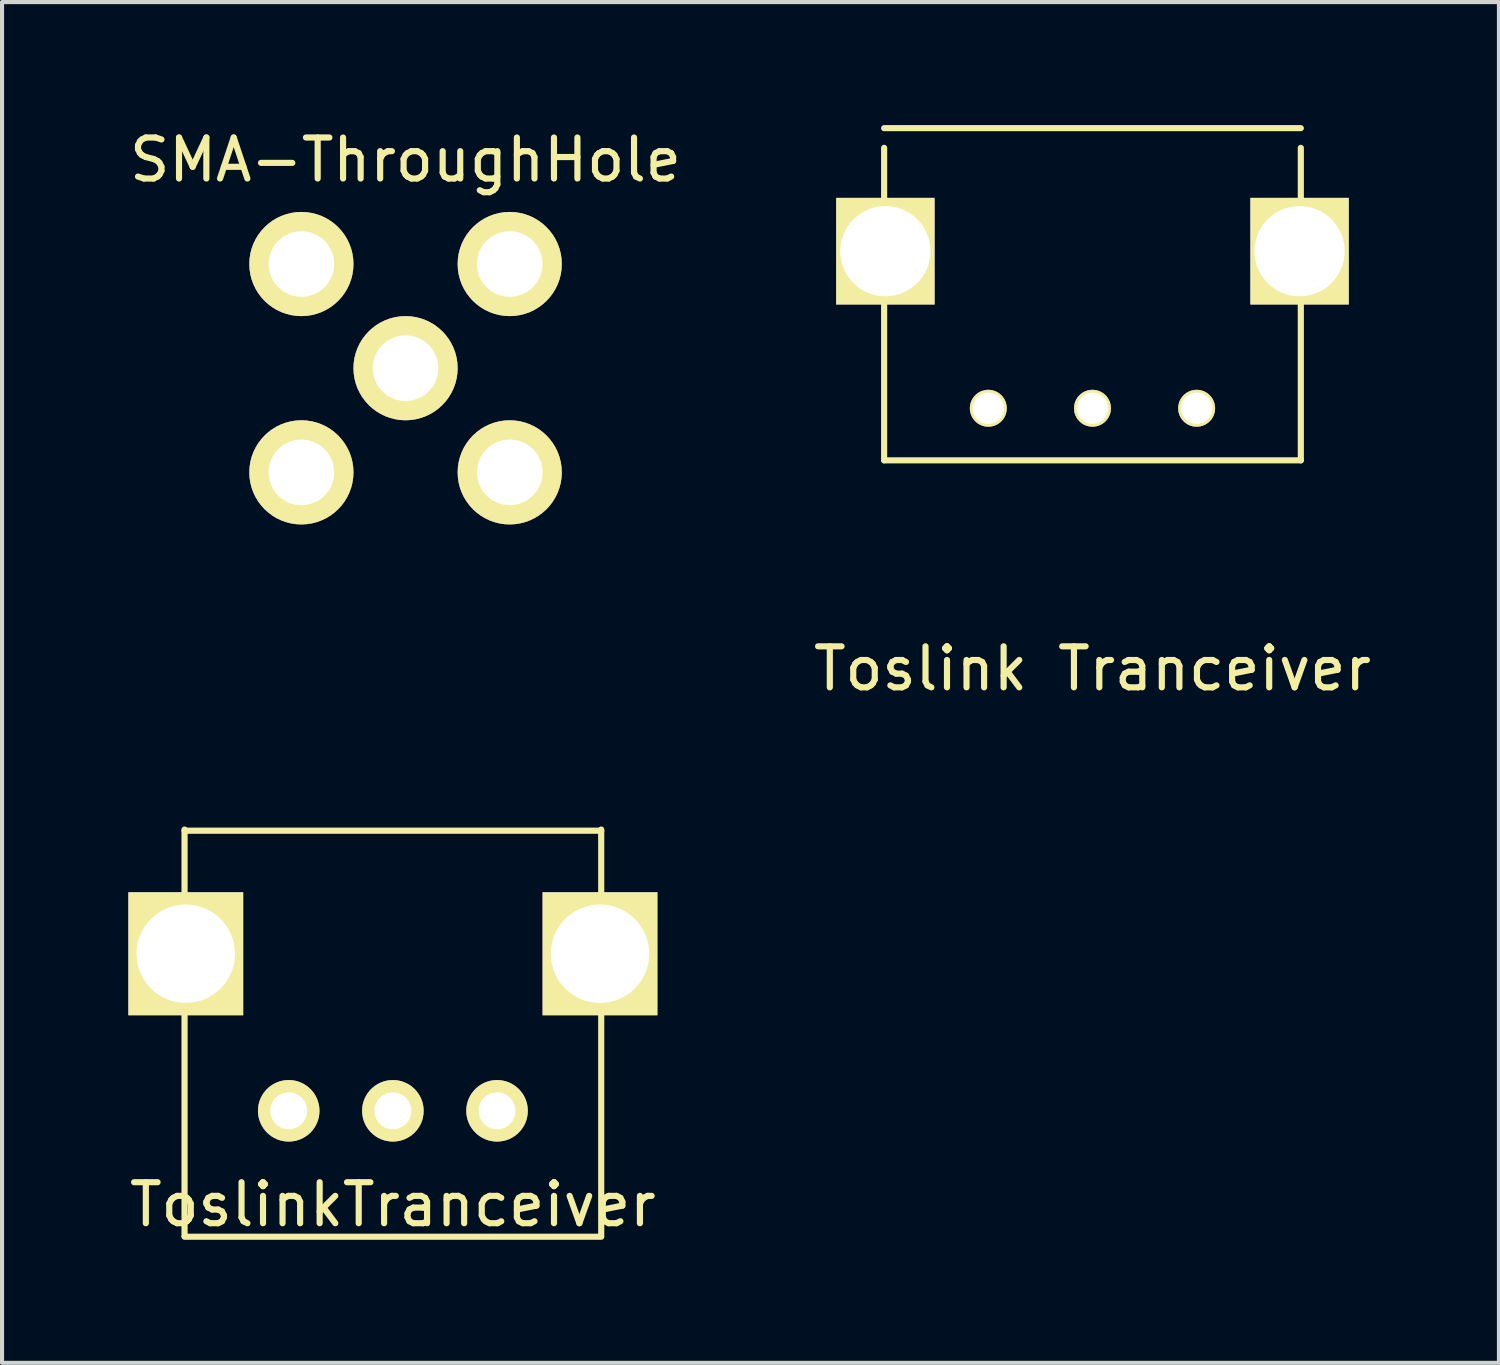
<source format=kicad_pcb>
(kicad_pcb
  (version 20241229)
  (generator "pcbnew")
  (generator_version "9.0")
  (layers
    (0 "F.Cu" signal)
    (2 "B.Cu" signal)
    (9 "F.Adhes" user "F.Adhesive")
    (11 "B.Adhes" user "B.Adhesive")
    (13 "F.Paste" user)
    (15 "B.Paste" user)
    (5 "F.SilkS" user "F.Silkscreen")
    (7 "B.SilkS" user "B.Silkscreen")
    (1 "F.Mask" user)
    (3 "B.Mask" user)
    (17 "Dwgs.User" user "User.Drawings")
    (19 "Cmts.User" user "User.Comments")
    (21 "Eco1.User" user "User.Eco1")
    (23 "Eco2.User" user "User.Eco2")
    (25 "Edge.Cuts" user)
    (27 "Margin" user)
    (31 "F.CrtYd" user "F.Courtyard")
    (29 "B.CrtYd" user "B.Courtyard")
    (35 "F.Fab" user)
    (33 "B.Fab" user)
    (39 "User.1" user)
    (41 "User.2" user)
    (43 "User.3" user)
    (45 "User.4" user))
  (footprint "SMA-ThroughHole"
    (layer "F.Cu")
    (at 6.839 5.928)
    (property "Reference" "SMA-ThroughHole" (at 0 -5.08 0) (layer "F.SilkS") (effects (font (size 1 1) (thickness 0.15))))
    (attr through_hole)
    (pad "1" thru_hole circle (at 0 0) (size 2.54 2.54) (drill 1.6) (layers "*.Cu" "*.Mask" "F.SilkS"))
    (pad "2" thru_hole circle (at -2.54 -2.54) (size 2.54 2.54) (drill 1.6) (layers "*.Cu" "*.Mask" "F.SilkS"))
    (pad "2" thru_hole circle (at -2.54 2.54) (size 2.54 2.54) (drill 1.6) (layers "*.Cu" "*.Mask" "F.SilkS"))
    (pad "2" thru_hole circle (at 2.54 -2.54) (size 2.54 2.54) (drill 1.6) (layers "*.Cu" "*.Mask" "F.SilkS"))
    (pad "2" thru_hole circle (at 2.54 2.54) (size 2.54 2.54) (drill 1.6) (layers "*.Cu" "*.Mask" "F.SilkS")))
  (footprint "ToslinkTranceiver"
    (layer "F.Cu")
    (at 6.53 24.036)
    (property "Reference" "ToslinkTranceiver" (at 0 2.286 0) (layer "F.SilkS") (effects (font (size 1 1) (thickness 0.15))))
    (attr through_hole)
    (fp_line (start -5.08 -6.83) (end 5.08 -6.83) (stroke (width 0.15) (type solid)) (layer "F.SilkS"))
    (fp_line (start -5.08 3.048) (end -5.08 -6.858) (stroke (width 0.15) (type solid)) (layer "F.SilkS"))
    (fp_line (start 5.08 -6.858) (end 5.08 3.048) (stroke (width 0.15) (type solid)) (layer "F.SilkS"))
    (fp_line (start 5.08 3.07) (end -5.08 3.07) (stroke (width 0.15) (type solid)) (layer "F.SilkS"))
    (pad "" thru_hole rect (at -5.05 -3.83) (size 2.8 3) (drill 2.4) (layers "*.Cu" "*.Mask" "F.SilkS"))
    (pad "" thru_hole rect (at 5.05 -3.83) (size 2.8 3) (drill 2.4) (layers "*.Cu" "*.Mask" "F.SilkS"))
    (pad "1" thru_hole circle (at 2.54 0) (size 1.5 1.5) (drill 0.9) (layers "*.Cu" "*.Mask" "F.SilkS"))
    (pad "2" thru_hole circle (at 0 0) (size 1.5 1.5) (drill 0.9) (layers "*.Cu" "*.Mask" "F.SilkS"))
    (pad "3" thru_hole circle (at -2.54 0) (size 1.5 1.5) (drill 0.9) (layers "*.Cu" "*.Mask" "F.SilkS")))
  (footprint "Toslink Tranceiver"
    (layer "F.Cu")
    (at 23.589 6.905)
    (property "Reference" "Toslink Tranceiver" (at 0 6.35 0) (layer "F.SilkS") (effects (font (size 1 1) (thickness 0.15))))
    (attr through_hole)
    (fp_line (start -5.08 -6.83) (end 5.08 -6.83) (stroke (width 0.15) (type solid)) (layer "F.SilkS"))
    (fp_line (start -5.08 1.27) (end -5.08 -6.35) (stroke (width 0.15) (type solid)) (layer "F.SilkS"))
    (fp_line (start 5.08 -6.35) (end 5.08 1.27) (stroke (width 0.15) (type solid)) (layer "F.SilkS"))
    (fp_line (start 5.08 1.27) (end -5.08 1.27) (stroke (width 0.15) (type solid)) (layer "F.SilkS"))
    (pad "" thru_hole rect (at -5.05 -3.83) (size 2.4 2.6) (drill 2.2) (layers "*.Cu" "*.Mask" "F.SilkS"))
    (pad "" thru_hole rect (at 5.05 -3.83) (size 2.4 2.6) (drill 2.2) (layers "*.Cu" "*.Mask" "F.SilkS"))
    (pad "1" thru_hole circle (at 2.54 0) (size 0.9 0.9) (drill 0.762) (layers "*.Cu" "*.Mask" "F.SilkS"))
    (pad "2" thru_hole circle (at 0 0) (size 0.9 0.9) (drill 0.762) (layers "*.Cu" "*.Mask" "F.SilkS"))
    (pad "3" thru_hole circle (at -2.54 0) (size 0.9 0.9) (drill 0.762) (layers "*.Cu" "*.Mask" "F.SilkS")))
  (gr_rect
    (start -3 -3)
    (end 33.5 30.181)
    (stroke (width 0.1) (type default))
    (fill no)
    (layer "Edge.Cuts")))
</source>
